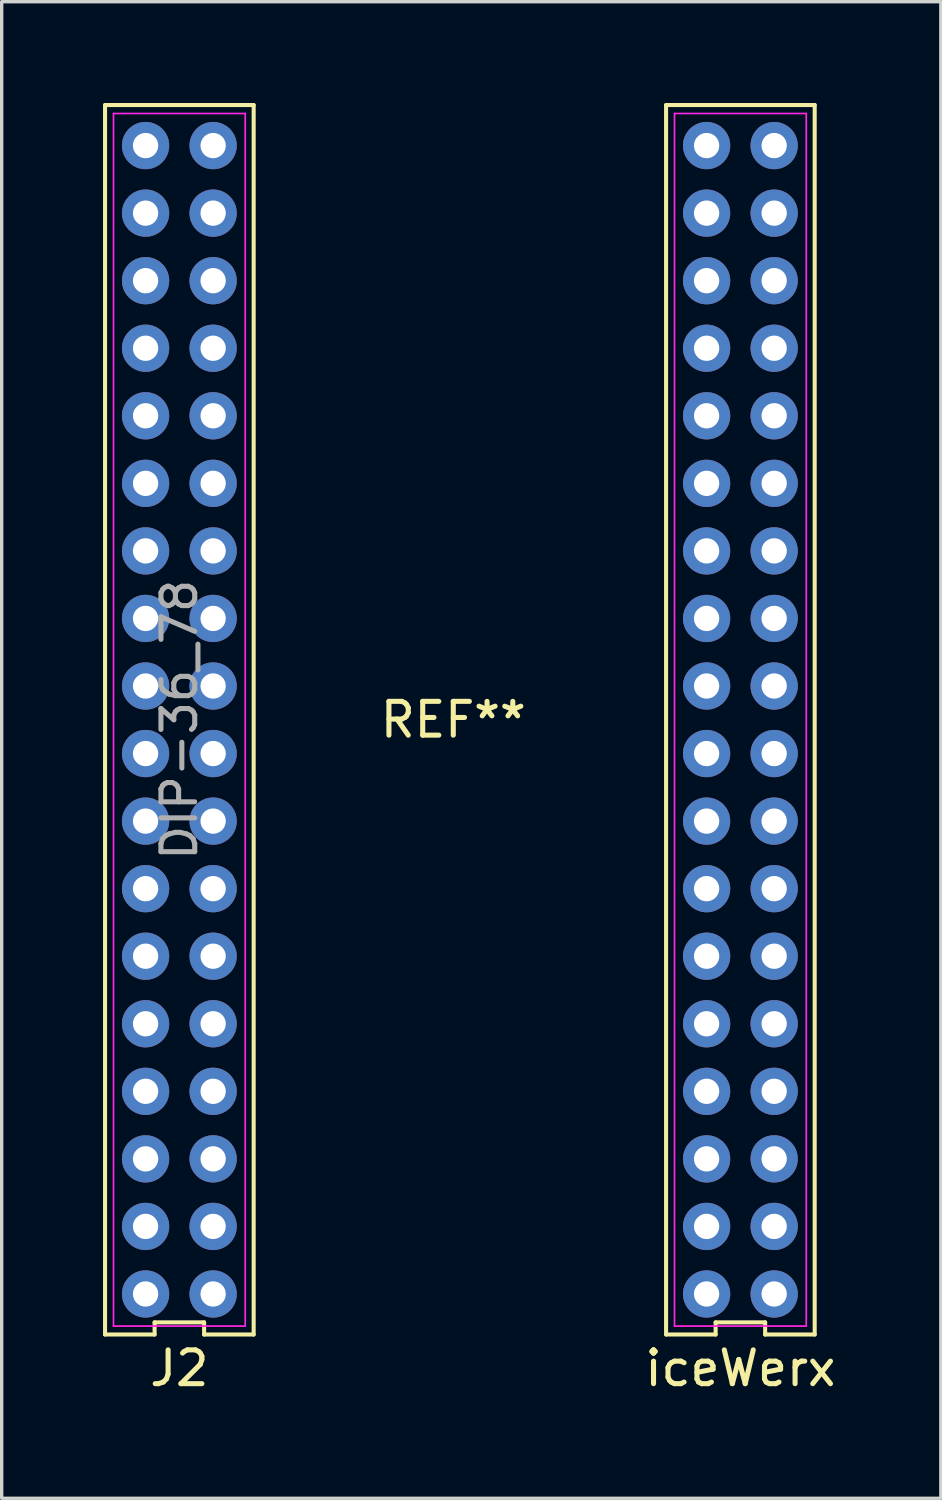
<source format=kicad_pcb>
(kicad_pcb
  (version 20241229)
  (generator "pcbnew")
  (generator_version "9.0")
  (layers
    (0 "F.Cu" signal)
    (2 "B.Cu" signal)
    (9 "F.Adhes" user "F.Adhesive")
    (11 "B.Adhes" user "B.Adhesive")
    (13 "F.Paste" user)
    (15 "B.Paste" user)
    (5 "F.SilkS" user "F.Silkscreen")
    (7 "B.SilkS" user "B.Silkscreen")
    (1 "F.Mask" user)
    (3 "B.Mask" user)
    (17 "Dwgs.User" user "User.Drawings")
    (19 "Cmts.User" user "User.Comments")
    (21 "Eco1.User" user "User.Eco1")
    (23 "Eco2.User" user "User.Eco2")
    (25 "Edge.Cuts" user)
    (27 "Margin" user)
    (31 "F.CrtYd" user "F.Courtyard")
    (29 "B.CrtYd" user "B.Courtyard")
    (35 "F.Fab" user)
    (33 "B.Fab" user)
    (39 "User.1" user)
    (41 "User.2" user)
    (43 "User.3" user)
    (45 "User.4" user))
  (footprint "iceWerx"
    (layer "F.Cu")
    (at 10.37 18.26)
    (property "Reference" "iceWerx" (at 8.5 19.2 180) (layer "F.SilkS") (effects (font (size 1 1) (thickness 0.15))))
    (attr through_hole)
    (fp_line (start -10.31 -18.2) (end -5.91 -18.2) (stroke (width 0.12) (type solid)) (layer "F.SilkS"))
    (fp_line (start -10.31 18.2) (end -10.31 -18.2) (stroke (width 0.12) (type solid)) (layer "F.SilkS"))
    (fp_line (start -8.843 17.84) (end -8.843 18.2) (stroke (width 0.12) (type solid)) (layer "F.SilkS"))
    (fp_line (start -8.843 18.2) (end -10.31 18.2) (stroke (width 0.12) (type solid)) (layer "F.SilkS"))
    (fp_line (start -7.377 17.84) (end -8.843 17.84) (stroke (width 0.12) (type solid)) (layer "F.SilkS"))
    (fp_line (start -7.377 18.2) (end -7.377 17.84) (stroke (width 0.12) (type solid)) (layer "F.SilkS"))
    (fp_line (start -5.91 -18.2) (end -5.91 18.2) (stroke (width 0.12) (type solid)) (layer "F.SilkS"))
    (fp_line (start -5.91 18.2) (end -7.377 18.2) (stroke (width 0.12) (type solid)) (layer "F.SilkS"))
    (fp_line (start 6.3 -18.2) (end 10.7 -18.2) (stroke (width 0.12) (type solid)) (layer "F.SilkS"))
    (fp_line (start 6.3 18.2) (end 6.3 -18.2) (stroke (width 0.12) (type solid)) (layer "F.SilkS"))
    (fp_line (start 7.767 17.84) (end 7.767 18.2) (stroke (width 0.12) (type solid)) (layer "F.SilkS"))
    (fp_line (start 7.767 18.2) (end 6.3 18.2) (stroke (width 0.12) (type solid)) (layer "F.SilkS"))
    (fp_line (start 9.233 17.84) (end 7.767 17.84) (stroke (width 0.12) (type solid)) (layer "F.SilkS"))
    (fp_line (start 9.233 18.2) (end 9.233 17.84) (stroke (width 0.12) (type solid)) (layer "F.SilkS"))
    (fp_line (start 10.7 -18.2) (end 10.7 18.2) (stroke (width 0.12) (type solid)) (layer "F.SilkS"))
    (fp_line (start 10.7 18.2) (end 9.233 18.2) (stroke (width 0.12) (type solid)) (layer "F.SilkS"))
    (fp_line (start -10.06 -17.95) (end -10.06 17.95) (stroke (width 0.05) (type solid)) (layer "F.CrtYd"))
    (fp_line (start -10.06 17.95) (end -6.16 17.95) (stroke (width 0.05) (type solid)) (layer "F.CrtYd"))
    (fp_line (start -6.16 -17.95) (end -10.06 -17.95) (stroke (width 0.05) (type solid)) (layer "F.CrtYd"))
    (fp_line (start -6.16 17.95) (end -6.16 -17.95) (stroke (width 0.05) (type solid)) (layer "F.CrtYd"))
    (fp_line (start 6.55 -17.95) (end 6.55 17.95) (stroke (width 0.05) (type solid)) (layer "F.CrtYd"))
    (fp_line (start 6.55 17.95) (end 10.45 17.95) (stroke (width 0.05) (type solid)) (layer "F.CrtYd"))
    (fp_line (start 10.45 -17.95) (end 6.55 -17.95) (stroke (width 0.05) (type solid)) (layer "F.CrtYd"))
    (fp_line (start 10.45 17.95) (end 10.45 -17.95) (stroke (width 0.05) (type solid)) (layer "F.CrtYd"))
    (fp_text user "REF**" (at 0 0 0) (layer "F.SilkS") (effects (font (size 1 1) (thickness 0.15))))
    (fp_text user "J2" (at -8.11 19.2 180) (layer "F.SilkS") (effects (font (size 1 1) (thickness 0.15))))
    (fp_text user "DIP-36_78" (at -8.11 0 90) (layer "F.Fab") (effects (font (size 1 1) (thickness 0.15))))
    (pad "J2.1" thru_hole circle (at -9.11 17 270) (size 1.4 1.4) (drill 0.75) (layers "*.Cu" "*.Mask"))
    (pad "J2.2" thru_hole circle (at -7.11 17 270) (size 1.4 1.4) (drill 0.75) (layers "*.Cu" "*.Mask"))
    (pad "J2.3" thru_hole circle (at -9.11 15 270) (size 1.4 1.4) (drill 0.75) (layers "*.Cu" "*.Mask"))
    (pad "J2.4" thru_hole circle (at -7.11 15 270) (size 1.4 1.4) (drill 0.75) (layers "*.Cu" "*.Mask"))
    (pad "J2.5" thru_hole circle (at -9.11 13 270) (size 1.4 1.4) (drill 0.75) (layers "*.Cu" "*.Mask"))
    (pad "J2.6" thru_hole circle (at -7.11 13 270) (size 1.4 1.4) (drill 0.75) (layers "*.Cu" "*.Mask"))
    (pad "J2.7" thru_hole circle (at -9.11 11 270) (size 1.4 1.4) (drill 0.75) (layers "*.Cu" "*.Mask"))
    (pad "J2.8" thru_hole circle (at -7.11 11 270) (size 1.4 1.4) (drill 0.75) (layers "*.Cu" "*.Mask"))
    (pad "J2.9" thru_hole circle (at -9.11 9 270) (size 1.4 1.4) (drill 0.75) (layers "*.Cu" "*.Mask"))
    (pad "J2.10" thru_hole circle (at -7.11 9 270) (size 1.4 1.4) (drill 0.75) (layers "*.Cu" "*.Mask"))
    (pad "J2.11" thru_hole circle (at -9.11 7 270) (size 1.4 1.4) (drill 0.75) (layers "*.Cu" "*.Mask"))
    (pad "J2.12" thru_hole circle (at -7.11 7 270) (size 1.4 1.4) (drill 0.75) (layers "*.Cu" "*.Mask"))
    (pad "J2.13" thru_hole circle (at -9.11 5 270) (size 1.4 1.4) (drill 0.75) (layers "*.Cu" "*.Mask"))
    (pad "J2.14" thru_hole circle (at -7.11 5 270) (size 1.4 1.4) (drill 0.75) (layers "*.Cu" "*.Mask"))
    (pad "J2.15" thru_hole circle (at -9.11 3 270) (size 1.4 1.4) (drill 0.75) (layers "*.Cu" "*.Mask"))
    (pad "J2.16" thru_hole circle (at -7.11 3 270) (size 1.4 1.4) (drill 0.75) (layers "*.Cu" "*.Mask"))
    (pad "J2.17" thru_hole circle (at -9.11 1 270) (size 1.4 1.4) (drill 0.75) (layers "*.Cu" "*.Mask"))
    (pad "J2.18" thru_hole circle (at -7.11 1 270) (size 1.4 1.4) (drill 0.75) (layers "*.Cu" "*.Mask"))
    (pad "J2.19" thru_hole circle (at -9.11 -1 270) (size 1.4 1.4) (drill 0.75) (layers "*.Cu" "*.Mask"))
    (pad "J2.20" thru_hole circle (at -7.11 -1 270) (size 1.4 1.4) (drill 0.75) (layers "*.Cu" "*.Mask"))
    (pad "J2.21" thru_hole circle (at -9.11 -3 270) (size 1.4 1.4) (drill 0.75) (layers "*.Cu" "*.Mask"))
    (pad "J2.22" thru_hole circle (at -7.11 -3 270) (size 1.4 1.4) (drill 0.75) (layers "*.Cu" "*.Mask"))
    (pad "J2.23" thru_hole circle (at -9.11 -5 270) (size 1.4 1.4) (drill 0.75) (layers "*.Cu" "*.Mask"))
    (pad "J2.24" thru_hole circle (at -7.11 -5 270) (size 1.4 1.4) (drill 0.75) (layers "*.Cu" "*.Mask"))
    (pad "J2.25" thru_hole circle (at -9.11 -7 270) (size 1.4 1.4) (drill 0.75) (layers "*.Cu" "*.Mask"))
    (pad "J2.26" thru_hole circle (at -7.11 -7 270) (size 1.4 1.4) (drill 0.75) (layers "*.Cu" "*.Mask"))
    (pad "J2.27" thru_hole circle (at -9.11 -9 270) (size 1.4 1.4) (drill 0.75) (layers "*.Cu" "*.Mask"))
    (pad "J2.28" thru_hole circle (at -7.11 -9 270) (size 1.4 1.4) (drill 0.75) (layers "*.Cu" "*.Mask"))
    (pad "J2.29" thru_hole circle (at -9.11 -11 270) (size 1.4 1.4) (drill 0.75) (layers "*.Cu" "*.Mask"))
    (pad "J2.30" thru_hole circle (at -7.11 -11 270) (size 1.4 1.4) (drill 0.75) (layers "*.Cu" "*.Mask"))
    (pad "J2.31" thru_hole circle (at -9.11 -13 270) (size 1.4 1.4) (drill 0.75) (layers "*.Cu" "*.Mask"))
    (pad "J2.32" thru_hole circle (at -7.11 -13 270) (size 1.4 1.4) (drill 0.75) (layers "*.Cu" "*.Mask"))
    (pad "J2.33" thru_hole circle (at -9.11 -15 270) (size 1.4 1.4) (drill 0.75) (layers "*.Cu" "*.Mask"))
    (pad "J2.34" thru_hole circle (at -7.11 -15 270) (size 1.4 1.4) (drill 0.75) (layers "*.Cu" "*.Mask"))
    (pad "J2.35" thru_hole circle (at -9.11 -17 270) (size 1.4 1.4) (drill 0.75) (layers "*.Cu" "*.Mask"))
    (pad "J2.36" thru_hole circle (at -7.11 -17 270) (size 1.4 1.4) (drill 0.75) (layers "*.Cu" "*.Mask"))
    (pad "J3.1" thru_hole circle (at 7.5 17 270) (size 1.4 1.4) (drill 0.75) (layers "*.Cu" "*.Mask"))
    (pad "J3.2" thru_hole circle (at 9.5 17 270) (size 1.4 1.4) (drill 0.75) (layers "*.Cu" "*.Mask"))
    (pad "J3.3" thru_hole circle (at 7.5 15 270) (size 1.4 1.4) (drill 0.75) (layers "*.Cu" "*.Mask"))
    (pad "J3.4" thru_hole circle (at 9.5 15 270) (size 1.4 1.4) (drill 0.75) (layers "*.Cu" "*.Mask"))
    (pad "J3.5" thru_hole circle (at 7.5 13 270) (size 1.4 1.4) (drill 0.75) (layers "*.Cu" "*.Mask"))
    (pad "J3.6" thru_hole circle (at 9.5 13 270) (size 1.4 1.4) (drill 0.75) (layers "*.Cu" "*.Mask"))
    (pad "J3.7" thru_hole circle (at 7.5 11 270) (size 1.4 1.4) (drill 0.75) (layers "*.Cu" "*.Mask"))
    (pad "J3.8" thru_hole circle (at 9.5 11 270) (size 1.4 1.4) (drill 0.75) (layers "*.Cu" "*.Mask"))
    (pad "J3.9" thru_hole circle (at 7.5 9 270) (size 1.4 1.4) (drill 0.75) (layers "*.Cu" "*.Mask"))
    (pad "J3.10" thru_hole circle (at 9.5 9 270) (size 1.4 1.4) (drill 0.75) (layers "*.Cu" "*.Mask"))
    (pad "J3.11" thru_hole circle (at 7.5 7 270) (size 1.4 1.4) (drill 0.75) (layers "*.Cu" "*.Mask"))
    (pad "J3.12" thru_hole circle (at 9.5 7 270) (size 1.4 1.4) (drill 0.75) (layers "*.Cu" "*.Mask"))
    (pad "J3.13" thru_hole circle (at 7.5 5 270) (size 1.4 1.4) (drill 0.75) (layers "*.Cu" "*.Mask"))
    (pad "J3.14" thru_hole circle (at 9.5 5 270) (size 1.4 1.4) (drill 0.75) (layers "*.Cu" "*.Mask"))
    (pad "J3.15" thru_hole circle (at 7.5 3 270) (size 1.4 1.4) (drill 0.75) (layers "*.Cu" "*.Mask"))
    (pad "J3.16" thru_hole circle (at 9.5 3 270) (size 1.4 1.4) (drill 0.75) (layers "*.Cu" "*.Mask"))
    (pad "J3.17" thru_hole circle (at 7.5 1 270) (size 1.4 1.4) (drill 0.75) (layers "*.Cu" "*.Mask"))
    (pad "J3.18" thru_hole circle (at 9.5 1 270) (size 1.4 1.4) (drill 0.75) (layers "*.Cu" "*.Mask"))
    (pad "J3.19" thru_hole circle (at 7.5 -1 270) (size 1.4 1.4) (drill 0.75) (layers "*.Cu" "*.Mask"))
    (pad "J3.20" thru_hole circle (at 9.5 -1 270) (size 1.4 1.4) (drill 0.75) (layers "*.Cu" "*.Mask"))
    (pad "J3.21" thru_hole circle (at 7.5 -3 270) (size 1.4 1.4) (drill 0.75) (layers "*.Cu" "*.Mask"))
    (pad "J3.22" thru_hole circle (at 9.5 -3 270) (size 1.4 1.4) (drill 0.75) (layers "*.Cu" "*.Mask"))
    (pad "J3.23" thru_hole circle (at 7.5 -5 270) (size 1.4 1.4) (drill 0.75) (layers "*.Cu" "*.Mask"))
    (pad "J3.24" thru_hole circle (at 9.5 -5 270) (size 1.4 1.4) (drill 0.75) (layers "*.Cu" "*.Mask"))
    (pad "J3.25" thru_hole circle (at 7.5 -7 270) (size 1.4 1.4) (drill 0.75) (layers "*.Cu" "*.Mask"))
    (pad "J3.26" thru_hole circle (at 9.5 -7 270) (size 1.4 1.4) (drill 0.75) (layers "*.Cu" "*.Mask"))
    (pad "J3.27" thru_hole circle (at 7.5 -9 270) (size 1.4 1.4) (drill 0.75) (layers "*.Cu" "*.Mask"))
    (pad "J3.28" thru_hole circle (at 9.5 -9 270) (size 1.4 1.4) (drill 0.75) (layers "*.Cu" "*.Mask"))
    (pad "J3.29" thru_hole circle (at 7.5 -11 270) (size 1.4 1.4) (drill 0.75) (layers "*.Cu" "*.Mask"))
    (pad "J3.30" thru_hole circle (at 9.5 -11 270) (size 1.4 1.4) (drill 0.75) (layers "*.Cu" "*.Mask"))
    (pad "J3.31" thru_hole circle (at 7.5 -13 270) (size 1.4 1.4) (drill 0.75) (layers "*.Cu" "*.Mask"))
    (pad "J3.32" thru_hole circle (at 9.5 -13 270) (size 1.4 1.4) (drill 0.75) (layers "*.Cu" "*.Mask"))
    (pad "J3.33" thru_hole circle (at 7.5 -15 270) (size 1.4 1.4) (drill 0.75) (layers "*.Cu" "*.Mask"))
    (pad "J3.34" thru_hole circle (at 9.5 -15 270) (size 1.4 1.4) (drill 0.75) (layers "*.Cu" "*.Mask"))
    (pad "J3.35" thru_hole circle (at 7.5 -17 270) (size 1.4 1.4) (drill 0.75) (layers "*.Cu" "*.Mask"))
    (pad "J3.36" thru_hole circle (at 9.5 -17 270) (size 1.4 1.4) (drill 0.75) (layers "*.Cu" "*.Mask")))
  (gr_rect
    (start -3 -3)
    (end 24.805 41.308)
    (stroke (width 0.1) (type default))
    (fill no)
    (layer "Edge.Cuts")))
</source>
